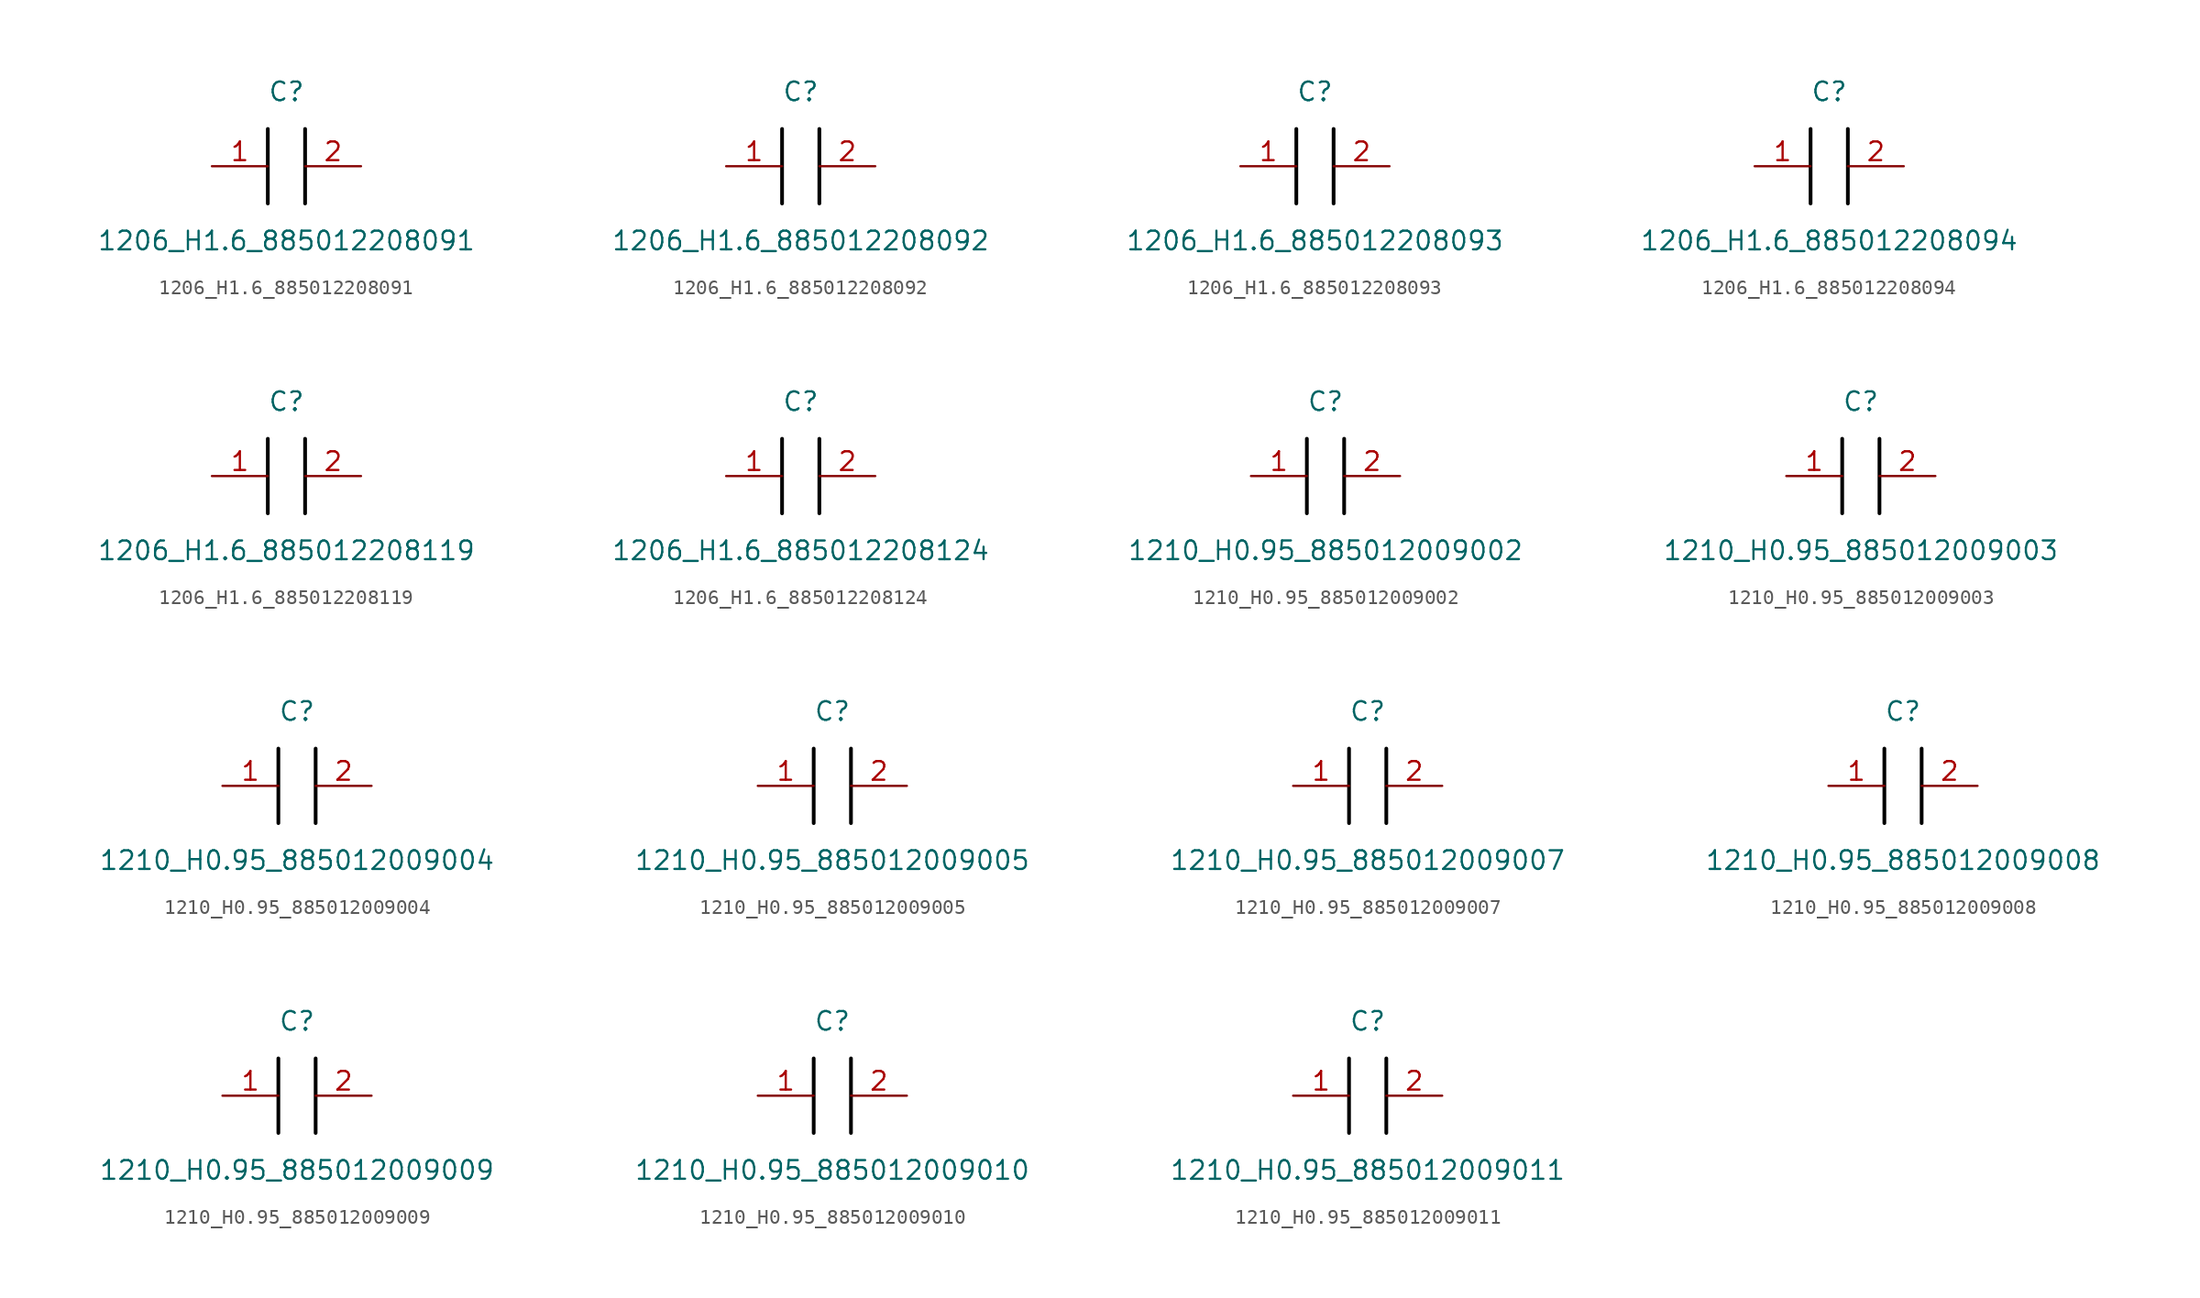
<source format=kicad_sym>
(kicad_symbol_lib
  (version 20220914)
  (generator kicad_symbol_editor)
  (symbol "1206_H1.6_885012208091"
    (pin_names hide)
    (property "Reference" "C"
      (at 0 5.08 0)
      (effects (font (size 1.27 1.27))))
    (property "Value" "1206_H1.6_885012208091"
      (at 0 -5.08 0)
      (effects (font (size 1.27 1.27))))
    (symbol "1206_H1.6_885012208091_1_1"
      (polyline (pts (xy -1.27 2.54) (xy -1.27 -2.54)) (stroke (width 0.254) (type default) (color 0 0 0 1)) (fill (type none)))
      (polyline (pts (xy 1.27 2.54) (xy 1.27 -2.54)) (stroke (width 0.254) (type default) (color 0 0 0 1)) (fill (type none)))
      (pin passive line (at -5.08 0 0) (length 3.81) (name "1" (effects (font (size 1.27 1.27)))) (number "1" (effects (font (size 1.27 1.27)))))
      (pin passive line (at 5.08 0 180) (length 3.81) (name "2" (effects (font (size 1.27 1.27)))) (number "2" (effects (font (size 1.27 1.27)))))))
  (symbol "1206_H1.6_885012208092"
    (pin_names hide)
    (property "Reference" "C"
      (at 0 5.08 0)
      (effects (font (size 1.27 1.27))))
    (property "Value" "1206_H1.6_885012208092"
      (at 0 -5.08 0)
      (effects (font (size 1.27 1.27))))
    (symbol "1206_H1.6_885012208092_1_1"
      (polyline (pts (xy -1.27 2.54) (xy -1.27 -2.54)) (stroke (width 0.254) (type default) (color 0 0 0 1)) (fill (type none)))
      (polyline (pts (xy 1.27 2.54) (xy 1.27 -2.54)) (stroke (width 0.254) (type default) (color 0 0 0 1)) (fill (type none)))
      (pin passive line (at -5.08 0 0) (length 3.81) (name "1" (effects (font (size 1.27 1.27)))) (number "1" (effects (font (size 1.27 1.27)))))
      (pin passive line (at 5.08 0 180) (length 3.81) (name "2" (effects (font (size 1.27 1.27)))) (number "2" (effects (font (size 1.27 1.27)))))))
  (symbol "1206_H1.6_885012208093"
    (pin_names hide)
    (property "Reference" "C"
      (at 0 5.08 0)
      (effects (font (size 1.27 1.27))))
    (property "Value" "1206_H1.6_885012208093"
      (at 0 -5.08 0)
      (effects (font (size 1.27 1.27))))
    (symbol "1206_H1.6_885012208093_1_1"
      (polyline (pts (xy -1.27 2.54) (xy -1.27 -2.54)) (stroke (width 0.254) (type default) (color 0 0 0 1)) (fill (type none)))
      (polyline (pts (xy 1.27 2.54) (xy 1.27 -2.54)) (stroke (width 0.254) (type default) (color 0 0 0 1)) (fill (type none)))
      (pin passive line (at -5.08 0 0) (length 3.81) (name "1" (effects (font (size 1.27 1.27)))) (number "1" (effects (font (size 1.27 1.27)))))
      (pin passive line (at 5.08 0 180) (length 3.81) (name "2" (effects (font (size 1.27 1.27)))) (number "2" (effects (font (size 1.27 1.27)))))))
  (symbol "1206_H1.6_885012208094"
    (pin_names hide)
    (property "Reference" "C"
      (at 0 5.08 0)
      (effects (font (size 1.27 1.27))))
    (property "Value" "1206_H1.6_885012208094"
      (at 0 -5.08 0)
      (effects (font (size 1.27 1.27))))
    (symbol "1206_H1.6_885012208094_1_1"
      (polyline (pts (xy -1.27 2.54) (xy -1.27 -2.54)) (stroke (width 0.254) (type default) (color 0 0 0 1)) (fill (type none)))
      (polyline (pts (xy 1.27 2.54) (xy 1.27 -2.54)) (stroke (width 0.254) (type default) (color 0 0 0 1)) (fill (type none)))
      (pin passive line (at -5.08 0 0) (length 3.81) (name "1" (effects (font (size 1.27 1.27)))) (number "1" (effects (font (size 1.27 1.27)))))
      (pin passive line (at 5.08 0 180) (length 3.81) (name "2" (effects (font (size 1.27 1.27)))) (number "2" (effects (font (size 1.27 1.27)))))))
  (symbol "1206_H1.6_885012208119"
    (pin_names hide)
    (property "Reference" "C"
      (at 0 5.08 0)
      (effects (font (size 1.27 1.27))))
    (property "Value" "1206_H1.6_885012208119"
      (at 0 -5.08 0)
      (effects (font (size 1.27 1.27))))
    (symbol "1206_H1.6_885012208119_1_1"
      (polyline (pts (xy -1.27 2.54) (xy -1.27 -2.54)) (stroke (width 0.254) (type default) (color 0 0 0 1)) (fill (type none)))
      (polyline (pts (xy 1.27 2.54) (xy 1.27 -2.54)) (stroke (width 0.254) (type default) (color 0 0 0 1)) (fill (type none)))
      (pin passive line (at -5.08 0 0) (length 3.81) (name "1" (effects (font (size 1.27 1.27)))) (number "1" (effects (font (size 1.27 1.27)))))
      (pin passive line (at 5.08 0 180) (length 3.81) (name "2" (effects (font (size 1.27 1.27)))) (number "2" (effects (font (size 1.27 1.27)))))))
  (symbol "1206_H1.6_885012208124"
    (pin_names hide)
    (property "Reference" "C"
      (at 0 5.08 0)
      (effects (font (size 1.27 1.27))))
    (property "Value" "1206_H1.6_885012208124"
      (at 0 -5.08 0)
      (effects (font (size 1.27 1.27))))
    (symbol "1206_H1.6_885012208124_1_1"
      (polyline (pts (xy -1.27 2.54) (xy -1.27 -2.54)) (stroke (width 0.254) (type default) (color 0 0 0 1)) (fill (type none)))
      (polyline (pts (xy 1.27 2.54) (xy 1.27 -2.54)) (stroke (width 0.254) (type default) (color 0 0 0 1)) (fill (type none)))
      (pin passive line (at -5.08 0 0) (length 3.81) (name "1" (effects (font (size 1.27 1.27)))) (number "1" (effects (font (size 1.27 1.27)))))
      (pin passive line (at 5.08 0 180) (length 3.81) (name "2" (effects (font (size 1.27 1.27)))) (number "2" (effects (font (size 1.27 1.27)))))))
  (symbol "1210_H0.95_885012009002"
    (pin_names hide)
    (property "Reference" "C"
      (at 0 5.08 0)
      (effects (font (size 1.27 1.27))))
    (property "Value" "1210_H0.95_885012009002"
      (at 0 -5.08 0)
      (effects (font (size 1.27 1.27))))
    (symbol "1210_H0.95_885012009002_1_1"
      (polyline (pts (xy -1.27 2.54) (xy -1.27 -2.54)) (stroke (width 0.254) (type default) (color 0 0 0 1)) (fill (type none)))
      (polyline (pts (xy 1.27 2.54) (xy 1.27 -2.54)) (stroke (width 0.254) (type default) (color 0 0 0 1)) (fill (type none)))
      (pin passive line (at -5.08 0 0) (length 3.81) (name "1" (effects (font (size 1.27 1.27)))) (number "1" (effects (font (size 1.27 1.27)))))
      (pin passive line (at 5.08 0 180) (length 3.81) (name "2" (effects (font (size 1.27 1.27)))) (number "2" (effects (font (size 1.27 1.27)))))))
  (symbol "1210_H0.95_885012009003"
    (pin_names hide)
    (property "Reference" "C"
      (at 0 5.08 0)
      (effects (font (size 1.27 1.27))))
    (property "Value" "1210_H0.95_885012009003"
      (at 0 -5.08 0)
      (effects (font (size 1.27 1.27))))
    (symbol "1210_H0.95_885012009003_1_1"
      (polyline (pts (xy -1.27 2.54) (xy -1.27 -2.54)) (stroke (width 0.254) (type default) (color 0 0 0 1)) (fill (type none)))
      (polyline (pts (xy 1.27 2.54) (xy 1.27 -2.54)) (stroke (width 0.254) (type default) (color 0 0 0 1)) (fill (type none)))
      (pin passive line (at -5.08 0 0) (length 3.81) (name "1" (effects (font (size 1.27 1.27)))) (number "1" (effects (font (size 1.27 1.27)))))
      (pin passive line (at 5.08 0 180) (length 3.81) (name "2" (effects (font (size 1.27 1.27)))) (number "2" (effects (font (size 1.27 1.27)))))))
  (symbol "1210_H0.95_885012009004"
    (pin_names hide)
    (property "Reference" "C"
      (at 0 5.08 0)
      (effects (font (size 1.27 1.27))))
    (property "Value" "1210_H0.95_885012009004"
      (at 0 -5.08 0)
      (effects (font (size 1.27 1.27))))
    (symbol "1210_H0.95_885012009004_1_1"
      (polyline (pts (xy -1.27 2.54) (xy -1.27 -2.54)) (stroke (width 0.254) (type default) (color 0 0 0 1)) (fill (type none)))
      (polyline (pts (xy 1.27 2.54) (xy 1.27 -2.54)) (stroke (width 0.254) (type default) (color 0 0 0 1)) (fill (type none)))
      (pin passive line (at -5.08 0 0) (length 3.81) (name "1" (effects (font (size 1.27 1.27)))) (number "1" (effects (font (size 1.27 1.27)))))
      (pin passive line (at 5.08 0 180) (length 3.81) (name "2" (effects (font (size 1.27 1.27)))) (number "2" (effects (font (size 1.27 1.27)))))))
  (symbol "1210_H0.95_885012009005"
    (pin_names hide)
    (property "Reference" "C"
      (at 0 5.08 0)
      (effects (font (size 1.27 1.27))))
    (property "Value" "1210_H0.95_885012009005"
      (at 0 -5.08 0)
      (effects (font (size 1.27 1.27))))
    (symbol "1210_H0.95_885012009005_1_1"
      (polyline (pts (xy -1.27 2.54) (xy -1.27 -2.54)) (stroke (width 0.254) (type default) (color 0 0 0 1)) (fill (type none)))
      (polyline (pts (xy 1.27 2.54) (xy 1.27 -2.54)) (stroke (width 0.254) (type default) (color 0 0 0 1)) (fill (type none)))
      (pin passive line (at -5.08 0 0) (length 3.81) (name "1" (effects (font (size 1.27 1.27)))) (number "1" (effects (font (size 1.27 1.27)))))
      (pin passive line (at 5.08 0 180) (length 3.81) (name "2" (effects (font (size 1.27 1.27)))) (number "2" (effects (font (size 1.27 1.27)))))))
  (symbol "1210_H0.95_885012009007"
    (pin_names hide)
    (property "Reference" "C"
      (at 0 5.08 0)
      (effects (font (size 1.27 1.27))))
    (property "Value" "1210_H0.95_885012009007"
      (at 0 -5.08 0)
      (effects (font (size 1.27 1.27))))
    (symbol "1210_H0.95_885012009007_1_1"
      (polyline (pts (xy -1.27 2.54) (xy -1.27 -2.54)) (stroke (width 0.254) (type default) (color 0 0 0 1)) (fill (type none)))
      (polyline (pts (xy 1.27 2.54) (xy 1.27 -2.54)) (stroke (width 0.254) (type default) (color 0 0 0 1)) (fill (type none)))
      (pin passive line (at -5.08 0 0) (length 3.81) (name "1" (effects (font (size 1.27 1.27)))) (number "1" (effects (font (size 1.27 1.27)))))
      (pin passive line (at 5.08 0 180) (length 3.81) (name "2" (effects (font (size 1.27 1.27)))) (number "2" (effects (font (size 1.27 1.27)))))))
  (symbol "1210_H0.95_885012009008"
    (pin_names hide)
    (property "Reference" "C"
      (at 0 5.08 0)
      (effects (font (size 1.27 1.27))))
    (property "Value" "1210_H0.95_885012009008"
      (at 0 -5.08 0)
      (effects (font (size 1.27 1.27))))
    (symbol "1210_H0.95_885012009008_1_1"
      (polyline (pts (xy -1.27 2.54) (xy -1.27 -2.54)) (stroke (width 0.254) (type default) (color 0 0 0 1)) (fill (type none)))
      (polyline (pts (xy 1.27 2.54) (xy 1.27 -2.54)) (stroke (width 0.254) (type default) (color 0 0 0 1)) (fill (type none)))
      (pin passive line (at -5.08 0 0) (length 3.81) (name "1" (effects (font (size 1.27 1.27)))) (number "1" (effects (font (size 1.27 1.27)))))
      (pin passive line (at 5.08 0 180) (length 3.81) (name "2" (effects (font (size 1.27 1.27)))) (number "2" (effects (font (size 1.27 1.27)))))))
  (symbol "1210_H0.95_885012009009"
    (pin_names hide)
    (property "Reference" "C"
      (at 0 5.08 0)
      (effects (font (size 1.27 1.27))))
    (property "Value" "1210_H0.95_885012009009"
      (at 0 -5.08 0)
      (effects (font (size 1.27 1.27))))
    (symbol "1210_H0.95_885012009009_1_1"
      (polyline (pts (xy -1.27 2.54) (xy -1.27 -2.54)) (stroke (width 0.254) (type default) (color 0 0 0 1)) (fill (type none)))
      (polyline (pts (xy 1.27 2.54) (xy 1.27 -2.54)) (stroke (width 0.254) (type default) (color 0 0 0 1)) (fill (type none)))
      (pin passive line (at -5.08 0 0) (length 3.81) (name "1" (effects (font (size 1.27 1.27)))) (number "1" (effects (font (size 1.27 1.27)))))
      (pin passive line (at 5.08 0 180) (length 3.81) (name "2" (effects (font (size 1.27 1.27)))) (number "2" (effects (font (size 1.27 1.27)))))))
  (symbol "1210_H0.95_885012009010"
    (pin_names hide)
    (property "Reference" "C"
      (at 0 5.08 0)
      (effects (font (size 1.27 1.27))))
    (property "Value" "1210_H0.95_885012009010"
      (at 0 -5.08 0)
      (effects (font (size 1.27 1.27))))
    (symbol "1210_H0.95_885012009010_1_1"
      (polyline (pts (xy -1.27 2.54) (xy -1.27 -2.54)) (stroke (width 0.254) (type default) (color 0 0 0 1)) (fill (type none)))
      (polyline (pts (xy 1.27 2.54) (xy 1.27 -2.54)) (stroke (width 0.254) (type default) (color 0 0 0 1)) (fill (type none)))
      (pin passive line (at -5.08 0 0) (length 3.81) (name "1" (effects (font (size 1.27 1.27)))) (number "1" (effects (font (size 1.27 1.27)))))
      (pin passive line (at 5.08 0 180) (length 3.81) (name "2" (effects (font (size 1.27 1.27)))) (number "2" (effects (font (size 1.27 1.27)))))))
  (symbol "1210_H0.95_885012009011"
    (pin_names hide)
    (property "Reference" "C"
      (at 0 5.08 0)
      (effects (font (size 1.27 1.27))))
    (property "Value" "1210_H0.95_885012009011"
      (at 0 -5.08 0)
      (effects (font (size 1.27 1.27))))
    (symbol "1210_H0.95_885012009011_1_1"
      (polyline (pts (xy -1.27 2.54) (xy -1.27 -2.54)) (stroke (width 0.254) (type default) (color 0 0 0 1)) (fill (type none)))
      (polyline (pts (xy 1.27 2.54) (xy 1.27 -2.54)) (stroke (width 0.254) (type default) (color 0 0 0 1)) (fill (type none)))
      (pin passive line (at -5.08 0 0) (length 3.81) (name "1" (effects (font (size 1.27 1.27)))) (number "1" (effects (font (size 1.27 1.27)))))
      (pin passive line (at 5.08 0 180) (length 3.81) (name "2" (effects (font (size 1.27 1.27)))) (number "2" (effects (font (size 1.27 1.27))))))))
</source>
